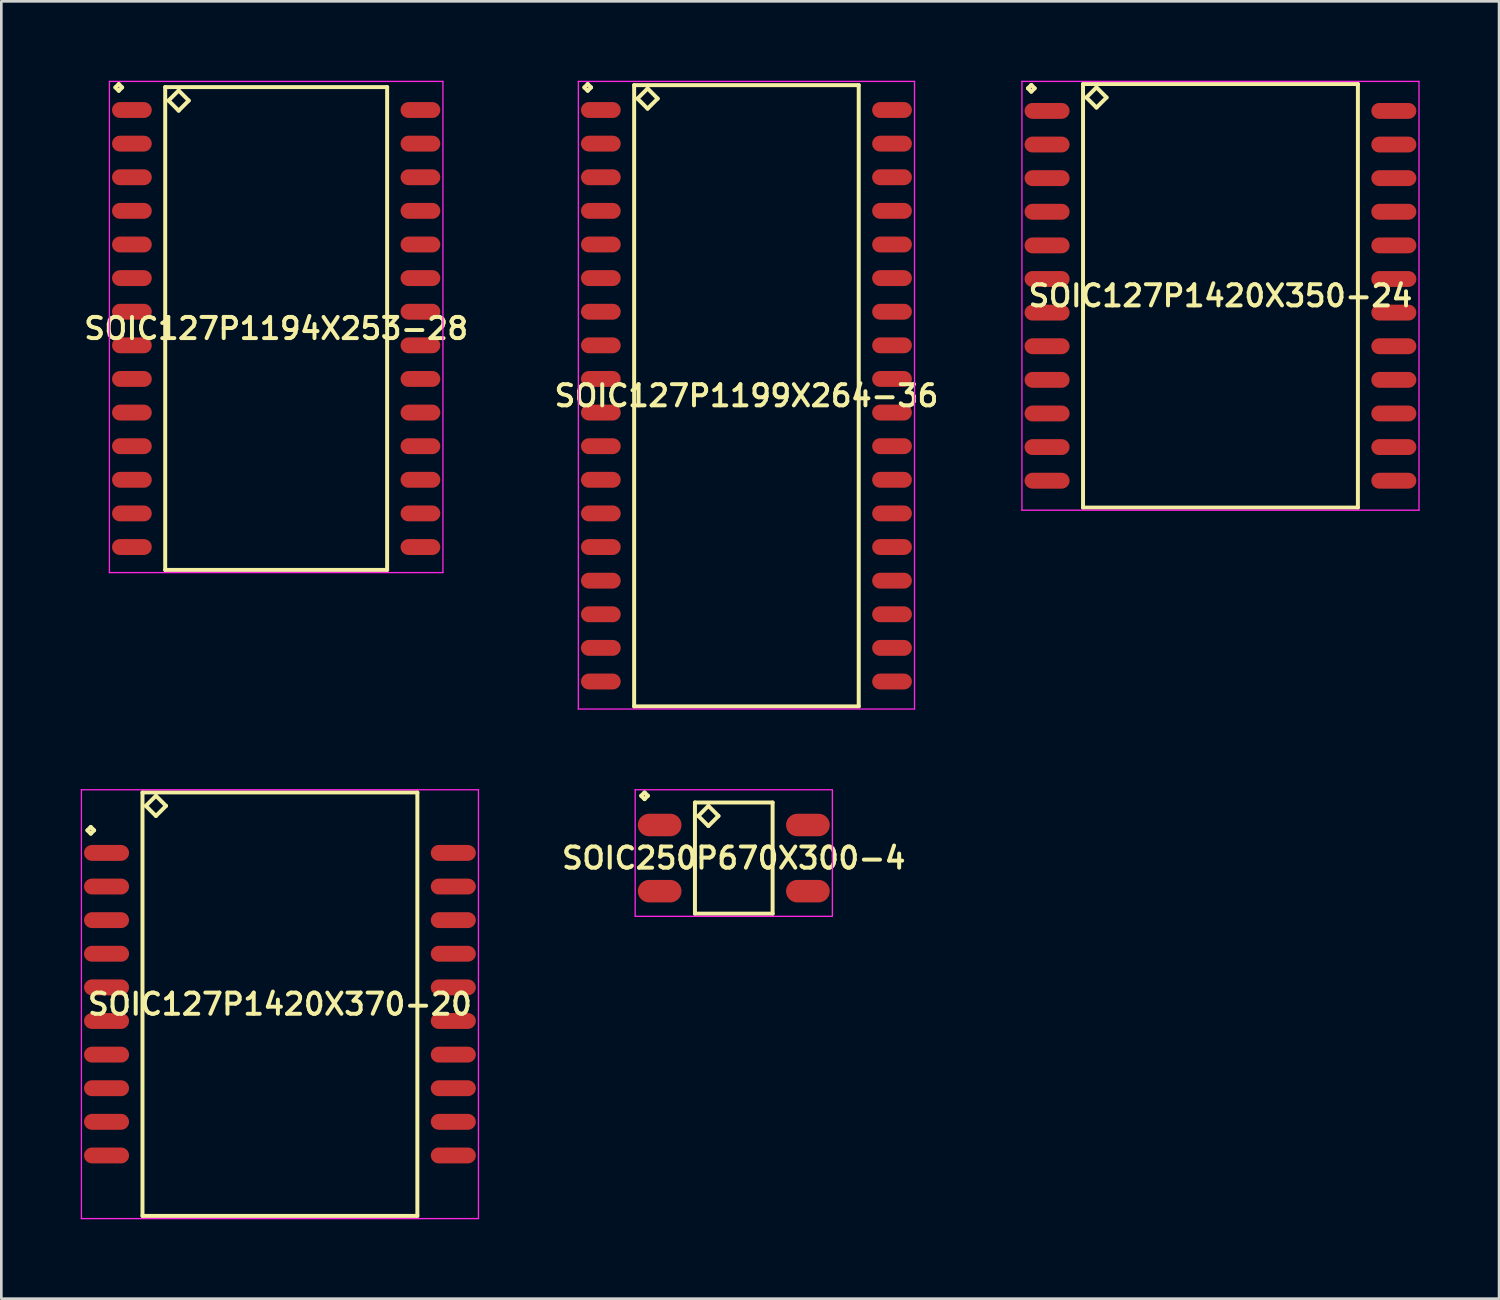
<source format=kicad_pcb>
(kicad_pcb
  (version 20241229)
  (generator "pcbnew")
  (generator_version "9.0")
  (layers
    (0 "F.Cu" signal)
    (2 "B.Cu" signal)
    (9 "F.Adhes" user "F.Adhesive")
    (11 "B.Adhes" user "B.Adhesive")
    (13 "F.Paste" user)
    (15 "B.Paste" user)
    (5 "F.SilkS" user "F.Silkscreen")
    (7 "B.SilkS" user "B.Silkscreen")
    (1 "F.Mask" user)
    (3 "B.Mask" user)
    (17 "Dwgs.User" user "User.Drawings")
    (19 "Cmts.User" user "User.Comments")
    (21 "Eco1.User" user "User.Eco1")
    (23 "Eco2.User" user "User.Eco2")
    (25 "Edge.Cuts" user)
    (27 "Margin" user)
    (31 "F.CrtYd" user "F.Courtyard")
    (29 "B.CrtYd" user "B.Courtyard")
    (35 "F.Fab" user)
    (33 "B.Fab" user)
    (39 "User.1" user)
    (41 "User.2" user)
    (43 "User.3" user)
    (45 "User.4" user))
  (footprint "SOIC127P1199X264-36"
    (layer "F.Cu")
    (at 25.149 11.901)
    (property "Reference" "SOIC127P1199X264-36" (at 0 0 0) (layer "F.SilkS") (effects (font (size 0.8 0.8) (thickness 0.15))))
    (attr smd)
    (fp_line (start -6.123 -11.649) (end -5.996 -11.776) (stroke (width 0.15) (type solid)) (layer "F.SilkS"))
    (fp_line (start -5.996 -11.776) (end -5.869 -11.649) (stroke (width 0.15) (type solid)) (layer "F.SilkS"))
    (fp_line (start -5.996 -11.522) (end -6.123 -11.649) (stroke (width 0.15) (type solid)) (layer "F.SilkS"))
    (fp_line (start -5.869 -11.649) (end -5.996 -11.522) (stroke (width 0.15) (type solid)) (layer "F.SilkS"))
    (fp_line (start -4.242 -11.735) (end -4.242 11.735) (stroke (width 0.15) (type solid)) (layer "F.SilkS"))
    (fp_line (start -4.242 11.735) (end 4.242 11.735) (stroke (width 0.15) (type solid)) (layer "F.SilkS"))
    (fp_line (start -4.115 -11.227) (end -3.734 -11.608) (stroke (width 0.15) (type solid)) (layer "F.SilkS"))
    (fp_line (start -3.734 -11.608) (end -3.353 -11.227) (stroke (width 0.15) (type solid)) (layer "F.SilkS"))
    (fp_line (start -3.734 -10.846) (end -4.115 -11.227) (stroke (width 0.15) (type solid)) (layer "F.SilkS"))
    (fp_line (start -3.353 -11.227) (end -3.734 -10.846) (stroke (width 0.15) (type solid)) (layer "F.SilkS"))
    (fp_line (start 4.242 -11.735) (end -4.242 -11.735) (stroke (width 0.15) (type solid)) (layer "F.SilkS"))
    (fp_line (start 4.242 11.735) (end 4.242 -11.735) (stroke (width 0.15) (type solid)) (layer "F.SilkS"))
    (fp_line (start -6.35 -11.876) (end 6.35 -11.876) (stroke (width 0.05) (type solid)) (layer "F.CrtYd"))
    (fp_line (start -6.35 11.835) (end -6.35 -11.876) (stroke (width 0.05) (type solid)) (layer "F.CrtYd"))
    (fp_line (start 6.35 -11.876) (end 6.35 11.835) (stroke (width 0.05) (type solid)) (layer "F.CrtYd"))
    (fp_line (start 6.35 11.835) (end -6.35 11.835) (stroke (width 0.05) (type solid)) (layer "F.CrtYd"))
    (pad "1" smd oval (at -5.5 -10.795) (size 1.5 0.6) (layers "F.Cu" "F.Mask" "F.Paste"))
    (pad "2" smd oval (at -5.5 -9.525) (size 1.5 0.6) (layers "F.Cu" "F.Mask" "F.Paste"))
    (pad "3" smd oval (at -5.5 -8.255) (size 1.5 0.6) (layers "F.Cu" "F.Mask" "F.Paste"))
    (pad "4" smd oval (at -5.5 -6.985) (size 1.5 0.6) (layers "F.Cu" "F.Mask" "F.Paste"))
    (pad "5" smd oval (at -5.5 -5.715) (size 1.5 0.6) (layers "F.Cu" "F.Mask" "F.Paste"))
    (pad "6" smd oval (at -5.5 -4.445) (size 1.5 0.6) (layers "F.Cu" "F.Mask" "F.Paste"))
    (pad "7" smd oval (at -5.5 -3.175) (size 1.5 0.6) (layers "F.Cu" "F.Mask" "F.Paste"))
    (pad "8" smd oval (at -5.5 -1.905) (size 1.5 0.6) (layers "F.Cu" "F.Mask" "F.Paste"))
    (pad "9" smd oval (at -5.5 -0.635) (size 1.5 0.6) (layers "F.Cu" "F.Mask" "F.Paste"))
    (pad "10" smd oval (at -5.5 0.635) (size 1.5 0.6) (layers "F.Cu" "F.Mask" "F.Paste"))
    (pad "11" smd oval (at -5.5 1.905) (size 1.5 0.6) (layers "F.Cu" "F.Mask" "F.Paste"))
    (pad "12" smd oval (at -5.5 3.175) (size 1.5 0.6) (layers "F.Cu" "F.Mask" "F.Paste"))
    (pad "13" smd oval (at -5.5 4.445) (size 1.5 0.6) (layers "F.Cu" "F.Mask" "F.Paste"))
    (pad "14" smd oval (at -5.5 5.715) (size 1.5 0.6) (layers "F.Cu" "F.Mask" "F.Paste"))
    (pad "15" smd oval (at -5.5 6.985) (size 1.5 0.6) (layers "F.Cu" "F.Mask" "F.Paste"))
    (pad "16" smd oval (at -5.5 8.255) (size 1.5 0.6) (layers "F.Cu" "F.Mask" "F.Paste"))
    (pad "17" smd oval (at -5.5 9.525) (size 1.5 0.6) (layers "F.Cu" "F.Mask" "F.Paste"))
    (pad "18" smd oval (at -5.5 10.795) (size 1.5 0.6) (layers "F.Cu" "F.Mask" "F.Paste"))
    (pad "19" smd oval (at 5.5 10.795) (size 1.5 0.6) (layers "F.Cu" "F.Mask" "F.Paste"))
    (pad "20" smd oval (at 5.5 9.525) (size 1.5 0.6) (layers "F.Cu" "F.Mask" "F.Paste"))
    (pad "21" smd oval (at 5.5 8.255) (size 1.5 0.6) (layers "F.Cu" "F.Mask" "F.Paste"))
    (pad "22" smd oval (at 5.5 6.985) (size 1.5 0.6) (layers "F.Cu" "F.Mask" "F.Paste"))
    (pad "23" smd oval (at 5.5 5.715) (size 1.5 0.6) (layers "F.Cu" "F.Mask" "F.Paste"))
    (pad "24" smd oval (at 5.5 4.445) (size 1.5 0.6) (layers "F.Cu" "F.Mask" "F.Paste"))
    (pad "25" smd oval (at 5.5 3.175) (size 1.5 0.6) (layers "F.Cu" "F.Mask" "F.Paste"))
    (pad "26" smd oval (at 5.5 1.905) (size 1.5 0.6) (layers "F.Cu" "F.Mask" "F.Paste"))
    (pad "27" smd oval (at 5.5 0.635) (size 1.5 0.6) (layers "F.Cu" "F.Mask" "F.Paste"))
    (pad "28" smd oval (at 5.5 -0.635) (size 1.5 0.6) (layers "F.Cu" "F.Mask" "F.Paste"))
    (pad "29" smd oval (at 5.5 -1.905) (size 1.5 0.6) (layers "F.Cu" "F.Mask" "F.Paste"))
    (pad "30" smd oval (at 5.5 -3.175) (size 1.5 0.6) (layers "F.Cu" "F.Mask" "F.Paste"))
    (pad "31" smd oval (at 5.5 -4.445) (size 1.5 0.6) (layers "F.Cu" "F.Mask" "F.Paste"))
    (pad "32" smd oval (at 5.5 -5.715) (size 1.5 0.6) (layers "F.Cu" "F.Mask" "F.Paste"))
    (pad "33" smd oval (at 5.5 -6.985) (size 1.5 0.6) (layers "F.Cu" "F.Mask" "F.Paste"))
    (pad "34" smd oval (at 5.5 -8.255) (size 1.5 0.6) (layers "F.Cu" "F.Mask" "F.Paste"))
    (pad "35" smd oval (at 5.5 -9.525) (size 1.5 0.6) (layers "F.Cu" "F.Mask" "F.Paste"))
    (pad "36" smd oval (at 5.5 -10.795) (size 1.5 0.6) (layers "F.Cu" "F.Mask" "F.Paste")))
  (footprint "SOIC127P1194X253-28"
    (layer "F.Cu")
    (at 7.383 9.361)
    (property "Reference" "SOIC127P1194X253-28" (at 0 0 0) (layer "F.SilkS") (effects (font (size 0.8 0.8) (thickness 0.15))))
    (attr smd)
    (fp_line (start -6.073 -9.109) (end -5.946 -9.236) (stroke (width 0.15) (type solid)) (layer "F.SilkS"))
    (fp_line (start -5.946 -9.236) (end -5.819 -9.109) (stroke (width 0.15) (type solid)) (layer "F.SilkS"))
    (fp_line (start -5.946 -8.982) (end -6.073 -9.109) (stroke (width 0.15) (type solid)) (layer "F.SilkS"))
    (fp_line (start -5.819 -9.109) (end -5.946 -8.982) (stroke (width 0.15) (type solid)) (layer "F.SilkS"))
    (fp_line (start -4.192 -9.12) (end -4.192 9.12) (stroke (width 0.15) (type solid)) (layer "F.SilkS"))
    (fp_line (start -4.192 9.12) (end 4.192 9.12) (stroke (width 0.15) (type solid)) (layer "F.SilkS"))
    (fp_line (start -4.065 -8.612) (end -3.684 -8.993) (stroke (width 0.15) (type solid)) (layer "F.SilkS"))
    (fp_line (start -3.684 -8.993) (end -3.303 -8.612) (stroke (width 0.15) (type solid)) (layer "F.SilkS"))
    (fp_line (start -3.684 -8.231) (end -4.065 -8.612) (stroke (width 0.15) (type solid)) (layer "F.SilkS"))
    (fp_line (start -3.303 -8.612) (end -3.684 -8.231) (stroke (width 0.15) (type solid)) (layer "F.SilkS"))
    (fp_line (start 4.192 -9.12) (end -4.192 -9.12) (stroke (width 0.15) (type solid)) (layer "F.SilkS"))
    (fp_line (start 4.192 9.12) (end 4.192 -9.12) (stroke (width 0.15) (type solid)) (layer "F.SilkS"))
    (fp_line (start -6.3 -9.336) (end 6.3 -9.336) (stroke (width 0.05) (type solid)) (layer "F.CrtYd"))
    (fp_line (start -6.3 9.22) (end -6.3 -9.336) (stroke (width 0.05) (type solid)) (layer "F.CrtYd"))
    (fp_line (start 6.3 -9.336) (end 6.3 9.22) (stroke (width 0.05) (type solid)) (layer "F.CrtYd"))
    (fp_line (start 6.3 9.22) (end -6.3 9.22) (stroke (width 0.05) (type solid)) (layer "F.CrtYd"))
    (pad "1" smd oval (at -5.45 -8.255) (size 1.5 0.6) (layers "F.Cu" "F.Mask" "F.Paste"))
    (pad "2" smd oval (at -5.45 -6.985) (size 1.5 0.6) (layers "F.Cu" "F.Mask" "F.Paste"))
    (pad "3" smd oval (at -5.45 -5.715) (size 1.5 0.6) (layers "F.Cu" "F.Mask" "F.Paste"))
    (pad "4" smd oval (at -5.45 -4.445) (size 1.5 0.6) (layers "F.Cu" "F.Mask" "F.Paste"))
    (pad "5" smd oval (at -5.45 -3.175) (size 1.5 0.6) (layers "F.Cu" "F.Mask" "F.Paste"))
    (pad "6" smd oval (at -5.45 -1.905) (size 1.5 0.6) (layers "F.Cu" "F.Mask" "F.Paste"))
    (pad "7" smd oval (at -5.45 -0.635) (size 1.5 0.6) (layers "F.Cu" "F.Mask" "F.Paste"))
    (pad "8" smd oval (at -5.45 0.635) (size 1.5 0.6) (layers "F.Cu" "F.Mask" "F.Paste"))
    (pad "9" smd oval (at -5.45 1.905) (size 1.5 0.6) (layers "F.Cu" "F.Mask" "F.Paste"))
    (pad "10" smd oval (at -5.45 3.175) (size 1.5 0.6) (layers "F.Cu" "F.Mask" "F.Paste"))
    (pad "11" smd oval (at -5.45 4.445) (size 1.5 0.6) (layers "F.Cu" "F.Mask" "F.Paste"))
    (pad "12" smd oval (at -5.45 5.715) (size 1.5 0.6) (layers "F.Cu" "F.Mask" "F.Paste"))
    (pad "13" smd oval (at -5.45 6.985) (size 1.5 0.6) (layers "F.Cu" "F.Mask" "F.Paste"))
    (pad "14" smd oval (at -5.45 8.255) (size 1.5 0.6) (layers "F.Cu" "F.Mask" "F.Paste"))
    (pad "15" smd oval (at 5.45 8.255) (size 1.5 0.6) (layers "F.Cu" "F.Mask" "F.Paste"))
    (pad "16" smd oval (at 5.45 6.985) (size 1.5 0.6) (layers "F.Cu" "F.Mask" "F.Paste"))
    (pad "17" smd oval (at 5.45 5.715) (size 1.5 0.6) (layers "F.Cu" "F.Mask" "F.Paste"))
    (pad "18" smd oval (at 5.45 4.445) (size 1.5 0.6) (layers "F.Cu" "F.Mask" "F.Paste"))
    (pad "19" smd oval (at 5.45 3.175) (size 1.5 0.6) (layers "F.Cu" "F.Mask" "F.Paste"))
    (pad "20" smd oval (at 5.45 1.905) (size 1.5 0.6) (layers "F.Cu" "F.Mask" "F.Paste"))
    (pad "21" smd oval (at 5.45 0.635) (size 1.5 0.6) (layers "F.Cu" "F.Mask" "F.Paste"))
    (pad "22" smd oval (at 5.45 -0.635) (size 1.5 0.6) (layers "F.Cu" "F.Mask" "F.Paste"))
    (pad "23" smd oval (at 5.45 -1.905) (size 1.5 0.6) (layers "F.Cu" "F.Mask" "F.Paste"))
    (pad "24" smd oval (at 5.45 -3.175) (size 1.5 0.6) (layers "F.Cu" "F.Mask" "F.Paste"))
    (pad "25" smd oval (at 5.45 -4.445) (size 1.5 0.6) (layers "F.Cu" "F.Mask" "F.Paste"))
    (pad "26" smd oval (at 5.45 -5.715) (size 1.5 0.6) (layers "F.Cu" "F.Mask" "F.Paste"))
    (pad "27" smd oval (at 5.45 -6.985) (size 1.5 0.6) (layers "F.Cu" "F.Mask" "F.Paste"))
    (pad "28" smd oval (at 5.45 -8.255) (size 1.5 0.6) (layers "F.Cu" "F.Mask" "F.Paste")))
  (footprint "SOIC250P670X300-4"
    (layer "F.Cu")
    (at 24.671 29.367)
    (property "Reference" "SOIC250P670X300-4" (at 0 0 0) (layer "F.SilkS") (effects (font (size 0.8 0.8) (thickness 0.15))))
    (attr smd)
    (fp_line (start -3.498 -2.354) (end -3.371 -2.481) (stroke (width 0.15) (type solid)) (layer "F.SilkS"))
    (fp_line (start -3.371 -2.481) (end -3.244 -2.354) (stroke (width 0.15) (type solid)) (layer "F.SilkS"))
    (fp_line (start -3.371 -2.227) (end -3.498 -2.354) (stroke (width 0.15) (type solid)) (layer "F.SilkS"))
    (fp_line (start -3.244 -2.354) (end -3.371 -2.227) (stroke (width 0.15) (type solid)) (layer "F.SilkS"))
    (fp_line (start -1.467 -2.1) (end -1.467 2.1) (stroke (width 0.15) (type solid)) (layer "F.SilkS"))
    (fp_line (start -1.467 2.1) (end 1.467 2.1) (stroke (width 0.15) (type solid)) (layer "F.SilkS"))
    (fp_line (start -1.34 -1.592) (end -0.959 -1.973) (stroke (width 0.15) (type solid)) (layer "F.SilkS"))
    (fp_line (start -0.959 -1.973) (end -0.578 -1.592) (stroke (width 0.15) (type solid)) (layer "F.SilkS"))
    (fp_line (start -0.959 -1.211) (end -1.34 -1.592) (stroke (width 0.15) (type solid)) (layer "F.SilkS"))
    (fp_line (start -0.578 -1.592) (end -0.959 -1.211) (stroke (width 0.15) (type solid)) (layer "F.SilkS"))
    (fp_line (start 1.467 -2.1) (end -1.467 -2.1) (stroke (width 0.15) (type solid)) (layer "F.SilkS"))
    (fp_line (start 1.467 2.1) (end 1.467 -2.1) (stroke (width 0.15) (type solid)) (layer "F.SilkS"))
    (fp_line (start -3.725 -2.581) (end 3.725 -2.581) (stroke (width 0.05) (type solid)) (layer "F.CrtYd"))
    (fp_line (start -3.725 2.2) (end -3.725 -2.581) (stroke (width 0.05) (type solid)) (layer "F.CrtYd"))
    (fp_line (start 3.725 -2.581) (end 3.725 2.2) (stroke (width 0.05) (type solid)) (layer "F.CrtYd"))
    (fp_line (start 3.725 2.2) (end -3.725 2.2) (stroke (width 0.05) (type solid)) (layer "F.CrtYd"))
    (pad "1" smd oval (at -2.8 -1.25) (size 1.65 0.85) (layers "F.Cu" "F.Mask" "F.Paste"))
    (pad "2" smd oval (at -2.8 1.25) (size 1.65 0.85) (layers "F.Cu" "F.Mask" "F.Paste"))
    (pad "3" smd oval (at 2.8 1.25) (size 1.65 0.85) (layers "F.Cu" "F.Mask" "F.Paste"))
    (pad "4" smd oval (at 2.8 -1.25) (size 1.65 0.85) (layers "F.Cu" "F.Mask" "F.Paste")))
  (footprint "SOIC127P1420X370-20"
    (layer "F.Cu")
    (at 7.525 34.886)
    (property "Reference" "SOIC127P1420X370-20" (at 0 0 0) (layer "F.SilkS") (effects (font (size 0.8 0.8) (thickness 0.15))))
    (attr smd)
    (fp_line (start -7.273 -6.569) (end -7.146 -6.696) (stroke (width 0.15) (type solid)) (layer "F.SilkS"))
    (fp_line (start -7.146 -6.696) (end -7.019 -6.569) (stroke (width 0.15) (type solid)) (layer "F.SilkS"))
    (fp_line (start -7.146 -6.442) (end -7.273 -6.569) (stroke (width 0.15) (type solid)) (layer "F.SilkS"))
    (fp_line (start -7.019 -6.569) (end -7.146 -6.442) (stroke (width 0.15) (type solid)) (layer "F.SilkS"))
    (fp_line (start -5.192 -8) (end -5.192 8) (stroke (width 0.15) (type solid)) (layer "F.SilkS"))
    (fp_line (start -5.192 8) (end 5.192 8) (stroke (width 0.15) (type solid)) (layer "F.SilkS"))
    (fp_line (start -5.065 -7.492) (end -4.684 -7.873) (stroke (width 0.15) (type solid)) (layer "F.SilkS"))
    (fp_line (start -4.684 -7.873) (end -4.303 -7.492) (stroke (width 0.15) (type solid)) (layer "F.SilkS"))
    (fp_line (start -4.684 -7.111) (end -5.065 -7.492) (stroke (width 0.15) (type solid)) (layer "F.SilkS"))
    (fp_line (start -4.303 -7.492) (end -4.684 -7.111) (stroke (width 0.15) (type solid)) (layer "F.SilkS"))
    (fp_line (start 5.192 -8) (end -5.192 -8) (stroke (width 0.15) (type solid)) (layer "F.SilkS"))
    (fp_line (start 5.192 8) (end 5.192 -8) (stroke (width 0.15) (type solid)) (layer "F.SilkS"))
    (fp_line (start -7.5 -8.1) (end 7.5 -8.1) (stroke (width 0.05) (type solid)) (layer "F.CrtYd"))
    (fp_line (start -7.5 8.1) (end -7.5 -8.1) (stroke (width 0.05) (type solid)) (layer "F.CrtYd"))
    (fp_line (start 7.5 -8.1) (end 7.5 8.1) (stroke (width 0.05) (type solid)) (layer "F.CrtYd"))
    (fp_line (start 7.5 8.1) (end -7.5 8.1) (stroke (width 0.05) (type solid)) (layer "F.CrtYd"))
    (pad "1" smd oval (at -6.55 -5.715) (size 1.7 0.6) (layers "F.Cu" "F.Mask" "F.Paste"))
    (pad "2" smd oval (at -6.55 -4.445) (size 1.7 0.6) (layers "F.Cu" "F.Mask" "F.Paste"))
    (pad "3" smd oval (at -6.55 -3.175) (size 1.7 0.6) (layers "F.Cu" "F.Mask" "F.Paste"))
    (pad "4" smd oval (at -6.55 -1.905) (size 1.7 0.6) (layers "F.Cu" "F.Mask" "F.Paste"))
    (pad "5" smd oval (at -6.55 -0.635) (size 1.7 0.6) (layers "F.Cu" "F.Mask" "F.Paste"))
    (pad "6" smd oval (at -6.55 0.635) (size 1.7 0.6) (layers "F.Cu" "F.Mask" "F.Paste"))
    (pad "7" smd oval (at -6.55 1.905) (size 1.7 0.6) (layers "F.Cu" "F.Mask" "F.Paste"))
    (pad "8" smd oval (at -6.55 3.175) (size 1.7 0.6) (layers "F.Cu" "F.Mask" "F.Paste"))
    (pad "9" smd oval (at -6.55 4.445) (size 1.7 0.6) (layers "F.Cu" "F.Mask" "F.Paste"))
    (pad "10" smd oval (at -6.55 5.715) (size 1.7 0.6) (layers "F.Cu" "F.Mask" "F.Paste"))
    (pad "11" smd oval (at 6.55 5.715) (size 1.7 0.6) (layers "F.Cu" "F.Mask" "F.Paste"))
    (pad "12" smd oval (at 6.55 4.445) (size 1.7 0.6) (layers "F.Cu" "F.Mask" "F.Paste"))
    (pad "13" smd oval (at 6.55 3.175) (size 1.7 0.6) (layers "F.Cu" "F.Mask" "F.Paste"))
    (pad "14" smd oval (at 6.55 1.905) (size 1.7 0.6) (layers "F.Cu" "F.Mask" "F.Paste"))
    (pad "15" smd oval (at 6.55 0.635) (size 1.7 0.6) (layers "F.Cu" "F.Mask" "F.Paste"))
    (pad "16" smd oval (at 6.55 -0.635) (size 1.7 0.6) (layers "F.Cu" "F.Mask" "F.Paste"))
    (pad "17" smd oval (at 6.55 -1.905) (size 1.7 0.6) (layers "F.Cu" "F.Mask" "F.Paste"))
    (pad "18" smd oval (at 6.55 -3.175) (size 1.7 0.6) (layers "F.Cu" "F.Mask" "F.Paste"))
    (pad "19" smd oval (at 6.55 -4.445) (size 1.7 0.6) (layers "F.Cu" "F.Mask" "F.Paste"))
    (pad "20" smd oval (at 6.55 -5.715) (size 1.7 0.6) (layers "F.Cu" "F.Mask" "F.Paste")))
  (footprint "SOIC127P1420X350-24"
    (layer "F.Cu")
    (at 43.057 8.125)
    (property "Reference" "SOIC127P1420X350-24" (at 0 0 0) (layer "F.SilkS") (effects (font (size 0.8 0.8) (thickness 0.15))))
    (attr smd)
    (fp_line (start -7.273 -7.839) (end -7.146 -7.966) (stroke (width 0.15) (type solid)) (layer "F.SilkS"))
    (fp_line (start -7.146 -7.966) (end -7.019 -7.839) (stroke (width 0.15) (type solid)) (layer "F.SilkS"))
    (fp_line (start -7.146 -7.712) (end -7.273 -7.839) (stroke (width 0.15) (type solid)) (layer "F.SilkS"))
    (fp_line (start -7.019 -7.839) (end -7.146 -7.712) (stroke (width 0.15) (type solid)) (layer "F.SilkS"))
    (fp_line (start -5.192 -8) (end -5.192 8) (stroke (width 0.15) (type solid)) (layer "F.SilkS"))
    (fp_line (start -5.192 8) (end 5.192 8) (stroke (width 0.15) (type solid)) (layer "F.SilkS"))
    (fp_line (start -5.065 -7.492) (end -4.684 -7.873) (stroke (width 0.15) (type solid)) (layer "F.SilkS"))
    (fp_line (start -4.684 -7.873) (end -4.303 -7.492) (stroke (width 0.15) (type solid)) (layer "F.SilkS"))
    (fp_line (start -4.684 -7.111) (end -5.065 -7.492) (stroke (width 0.15) (type solid)) (layer "F.SilkS"))
    (fp_line (start -4.303 -7.492) (end -4.684 -7.111) (stroke (width 0.15) (type solid)) (layer "F.SilkS"))
    (fp_line (start 5.192 -8) (end -5.192 -8) (stroke (width 0.15) (type solid)) (layer "F.SilkS"))
    (fp_line (start 5.192 8) (end 5.192 -8) (stroke (width 0.15) (type solid)) (layer "F.SilkS"))
    (fp_line (start -7.5 -8.1) (end 7.5 -8.1) (stroke (width 0.05) (type solid)) (layer "F.CrtYd"))
    (fp_line (start -7.5 8.1) (end -7.5 -8.1) (stroke (width 0.05) (type solid)) (layer "F.CrtYd"))
    (fp_line (start 7.5 -8.1) (end 7.5 8.1) (stroke (width 0.05) (type solid)) (layer "F.CrtYd"))
    (fp_line (start 7.5 8.1) (end -7.5 8.1) (stroke (width 0.05) (type solid)) (layer "F.CrtYd"))
    (pad "1" smd oval (at -6.55 -6.985) (size 1.7 0.6) (layers "F.Cu" "F.Mask" "F.Paste"))
    (pad "2" smd oval (at -6.55 -5.715) (size 1.7 0.6) (layers "F.Cu" "F.Mask" "F.Paste"))
    (pad "3" smd oval (at -6.55 -4.445) (size 1.7 0.6) (layers "F.Cu" "F.Mask" "F.Paste"))
    (pad "4" smd oval (at -6.55 -3.175) (size 1.7 0.6) (layers "F.Cu" "F.Mask" "F.Paste"))
    (pad "5" smd oval (at -6.55 -1.905) (size 1.7 0.6) (layers "F.Cu" "F.Mask" "F.Paste"))
    (pad "6" smd oval (at -6.55 -0.635) (size 1.7 0.6) (layers "F.Cu" "F.Mask" "F.Paste"))
    (pad "7" smd oval (at -6.55 0.635) (size 1.7 0.6) (layers "F.Cu" "F.Mask" "F.Paste"))
    (pad "8" smd oval (at -6.55 1.905) (size 1.7 0.6) (layers "F.Cu" "F.Mask" "F.Paste"))
    (pad "9" smd oval (at -6.55 3.175) (size 1.7 0.6) (layers "F.Cu" "F.Mask" "F.Paste"))
    (pad "10" smd oval (at -6.55 4.445) (size 1.7 0.6) (layers "F.Cu" "F.Mask" "F.Paste"))
    (pad "11" smd oval (at -6.55 5.715) (size 1.7 0.6) (layers "F.Cu" "F.Mask" "F.Paste"))
    (pad "12" smd oval (at -6.55 6.985) (size 1.7 0.6) (layers "F.Cu" "F.Mask" "F.Paste"))
    (pad "13" smd oval (at 6.55 6.985) (size 1.7 0.6) (layers "F.Cu" "F.Mask" "F.Paste"))
    (pad "14" smd oval (at 6.55 5.715) (size 1.7 0.6) (layers "F.Cu" "F.Mask" "F.Paste"))
    (pad "15" smd oval (at 6.55 4.445) (size 1.7 0.6) (layers "F.Cu" "F.Mask" "F.Paste"))
    (pad "16" smd oval (at 6.55 3.175) (size 1.7 0.6) (layers "F.Cu" "F.Mask" "F.Paste"))
    (pad "17" smd oval (at 6.55 1.905) (size 1.7 0.6) (layers "F.Cu" "F.Mask" "F.Paste"))
    (pad "18" smd oval (at 6.55 0.635) (size 1.7 0.6) (layers "F.Cu" "F.Mask" "F.Paste"))
    (pad "19" smd oval (at 6.55 -0.635) (size 1.7 0.6) (layers "F.Cu" "F.Mask" "F.Paste"))
    (pad "20" smd oval (at 6.55 -1.905) (size 1.7 0.6) (layers "F.Cu" "F.Mask" "F.Paste"))
    (pad "21" smd oval (at 6.55 -3.175) (size 1.7 0.6) (layers "F.Cu" "F.Mask" "F.Paste"))
    (pad "22" smd oval (at 6.55 -4.445) (size 1.7 0.6) (layers "F.Cu" "F.Mask" "F.Paste"))
    (pad "23" smd oval (at 6.55 -5.715) (size 1.7 0.6) (layers "F.Cu" "F.Mask" "F.Paste"))
    (pad "24" smd oval (at 6.55 -6.985) (size 1.7 0.6) (layers "F.Cu" "F.Mask" "F.Paste")))
  (gr_rect
    (start -3 -3)
    (end 53.582 46.011)
    (stroke (width 0.1) (type default))
    (fill no)
    (layer "Edge.Cuts")))
</source>
